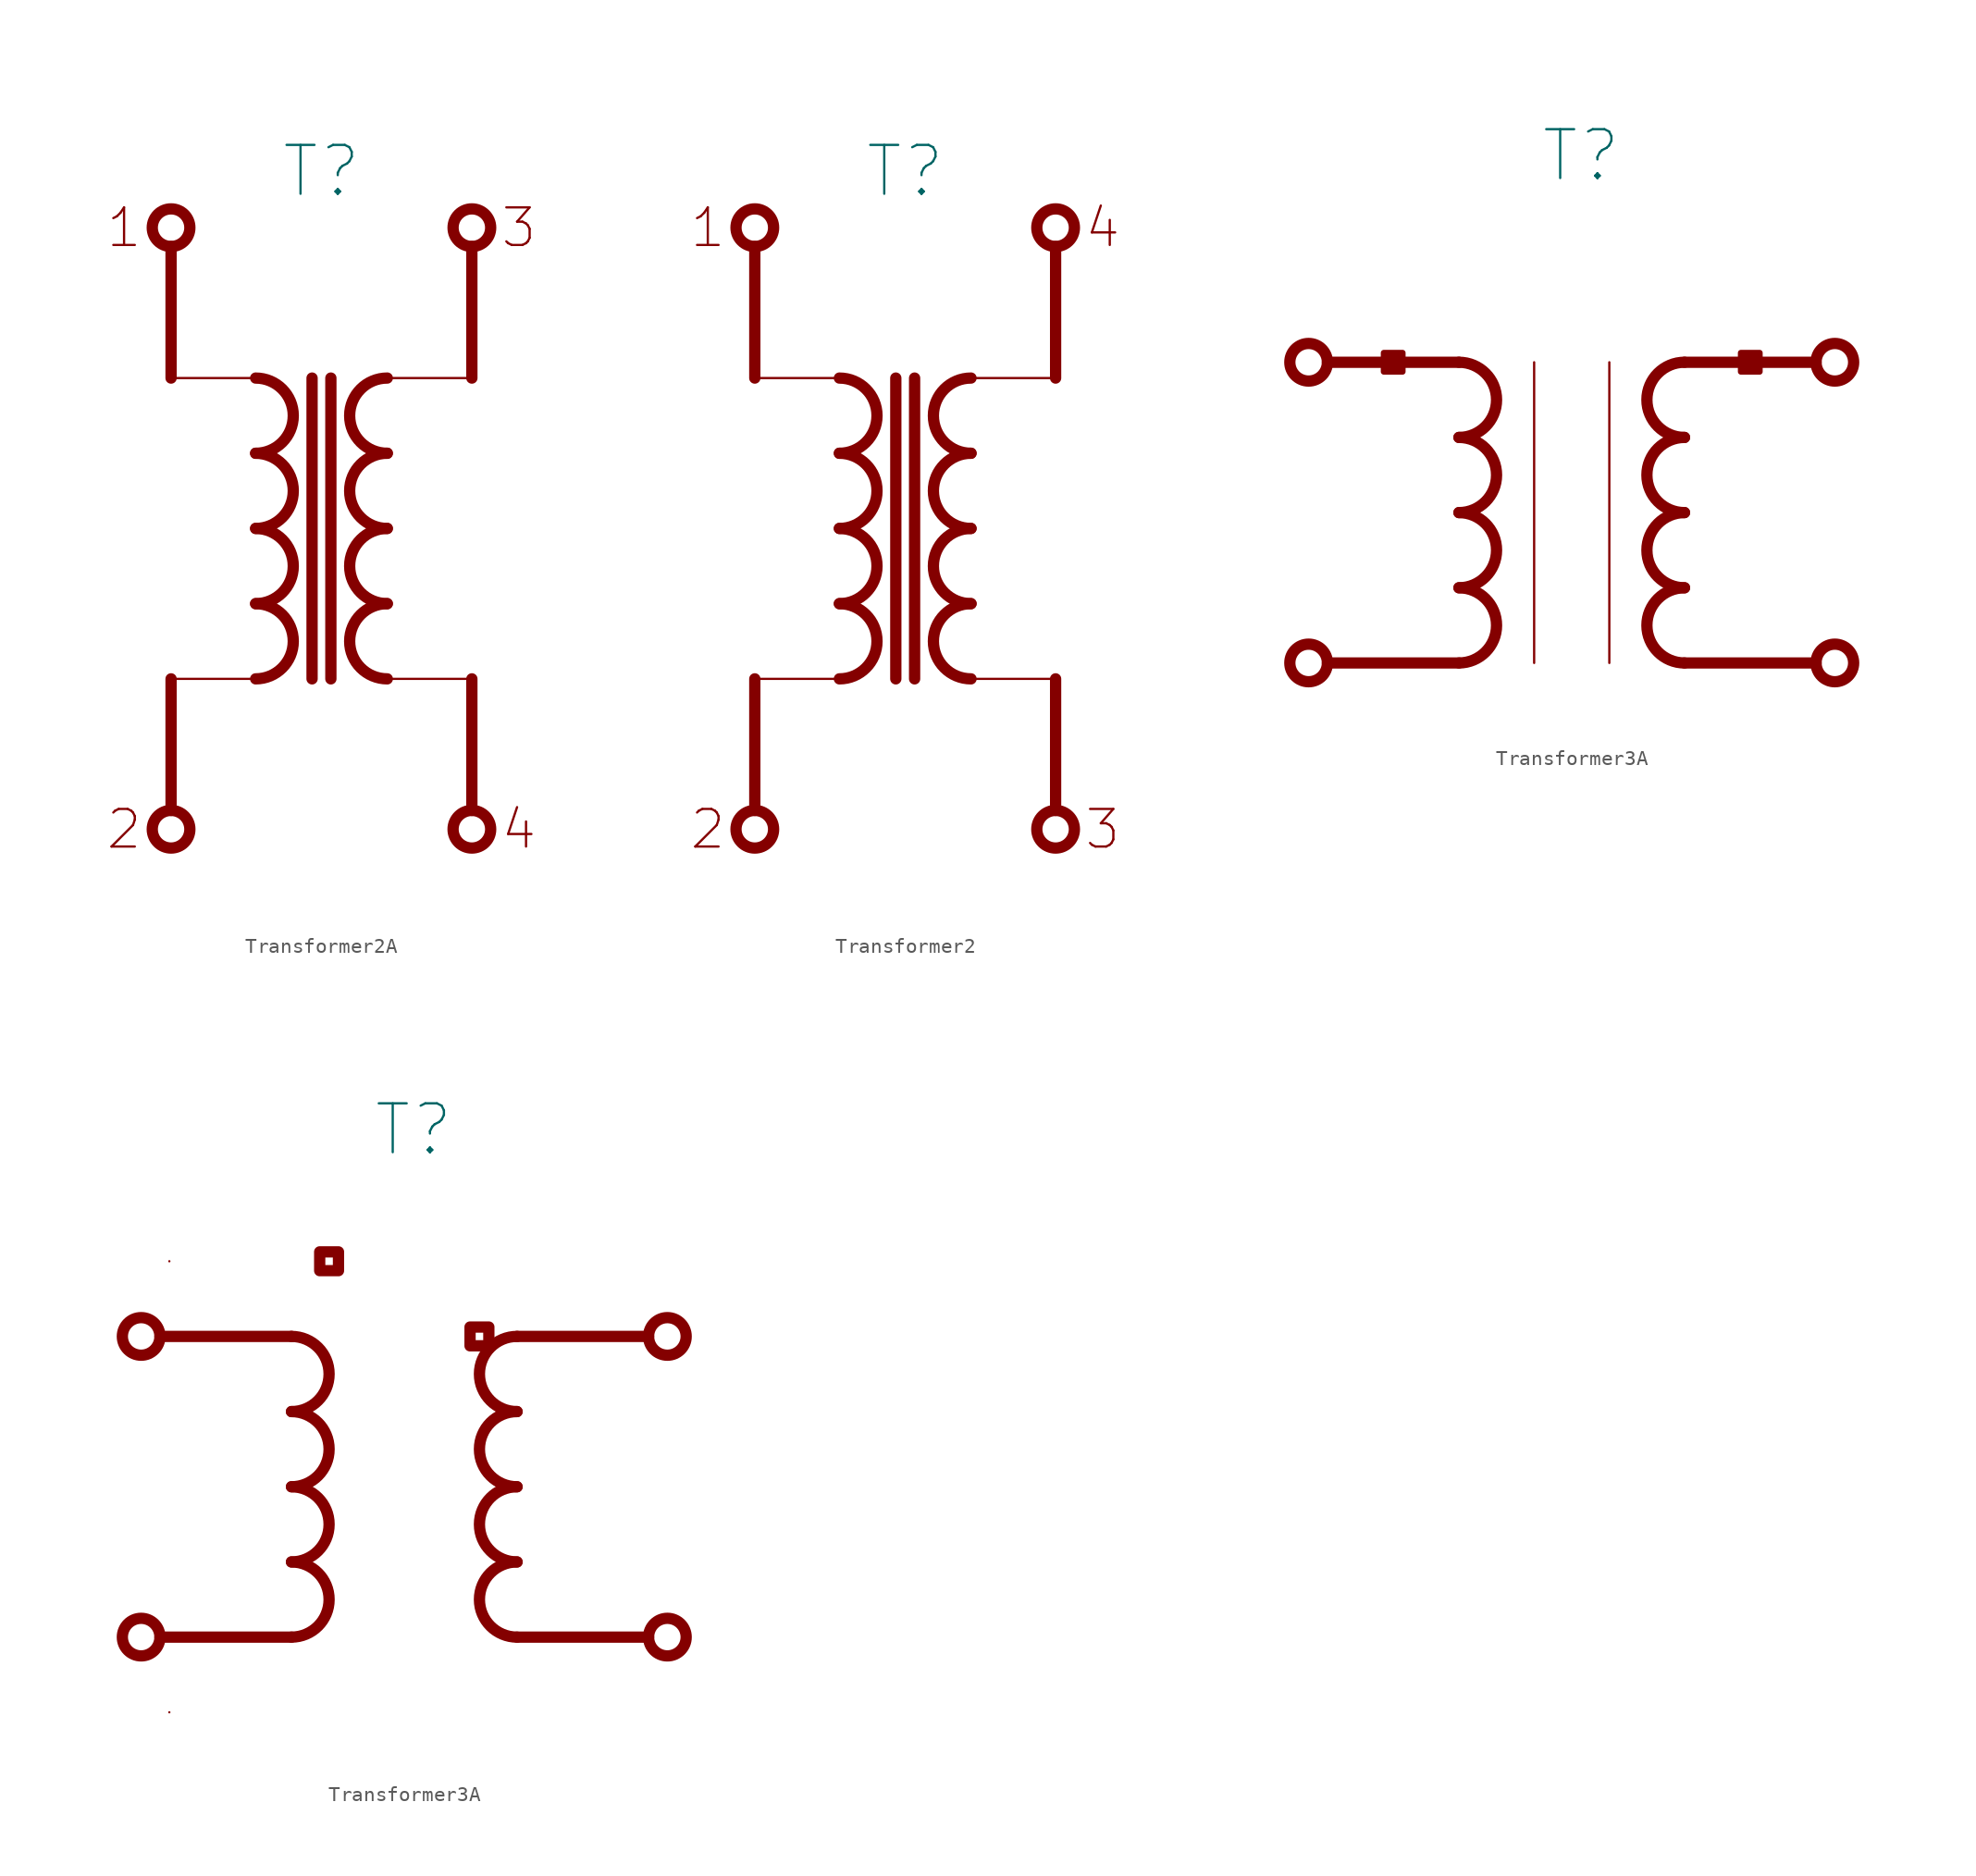
<source format=kicad_sym>
(kicad_symbol_lib
  (version 20211014)
  (generator kicad_symbol_editor)
  (symbol "Transformer2A"
    (pin_numbers hide)
    (pin_names
      (offset 0) hide)
    (property "Reference" "T"
      (at 0 24.13 0)
      (effects (font (size 3.302 3.302))))
    (symbol "Transformer2A_0_0"
      (circle (center -10.16 -20.32) (radius 1.27) (stroke (width 0.762) (type default) (color 0 0 0 0)) (fill (type none)))
      (circle (center -10.16 20.32) (radius 1.27) (stroke (width 0.762) (type default) (color 0 0 0 0)) (fill (type none)))
      (polyline (pts (xy -10.16 -10.16) (xy -10.16 -19.05)) (stroke (width 0.762) (type default) (color 0 0 0 0)) (fill (type none)))
      (polyline (pts (xy -10.16 19.05) (xy -10.16 10.16)) (stroke (width 0.762) (type default) (color 0 0 0 0)) (fill (type none)))
      (polyline (pts (xy 0.635 10.16) (xy 0.635 -10.16)) (stroke (width 0.762) (type default) (color 0 0 0 0)) (fill (type none)))
      (polyline (pts (xy 10.16 -10.16) (xy 10.16 -19.05)) (stroke (width 0.762) (type default) (color 0 0 0 0)) (fill (type none)))
      (polyline (pts (xy 10.16 10.16) (xy 10.16 19.05)) (stroke (width 0.762) (type default) (color 0 0 0 0)) (fill (type none)))
      (arc (start 4.445 -5.08) (mid 1.905 -7.62) (end 4.445 -10.16) (stroke (width 0.762) (type default) (color 0 0 0 0)) (fill (type none)))
      (arc (start 4.445 0) (mid 1.905 -2.54) (end 4.445 -5.08) (stroke (width 0.762) (type default) (color 0 0 0 0)) (fill (type none)))
      (arc (start 4.445 5.08) (mid 1.905 2.54) (end 4.445 0) (stroke (width 0.762) (type default) (color 0 0 0 0)) (fill (type none)))
      (arc (start 4.445 10.16) (mid 1.905 7.62) (end 4.445 5.08) (stroke (width 0.762) (type default) (color 0 0 0 0)) (fill (type none)))
      (circle (center 10.16 -20.32) (radius 1.27) (stroke (width 0.762) (type default) (color 0 0 0 0)) (fill (type none)))
      (circle (center 10.16 20.32) (radius 1.27) (stroke (width 0.762) (type default) (color 0 0 0 0)) (fill (type none)))
      (text "1" (at -13.335 20.32 0) (effects (font (size 2.54 2.54))))
      (text "2" (at -13.335 -20.32 0) (effects (font (size 2.54 2.54))))
      (text "3" (at 13.335 20.32 0) (effects (font (size 2.54 2.54))))
      (text "4" (at 13.335 -20.32 0) (effects (font (size 2.54 2.54)))))
    (symbol "Transformer2A_0_1"
      (polyline (pts (xy -4.445 -10.16) (xy -10.16 -10.16)) (stroke (width 0) (type default) (color 0 0 0 0)) (fill (type none)))
      (polyline (pts (xy -4.445 10.16) (xy -10.16 10.16)) (stroke (width 0) (type default) (color 0 0 0 0)) (fill (type none)))
      (polyline (pts (xy 4.445 -10.16) (xy 10.16 -10.16)) (stroke (width 0) (type default) (color 0 0 0 0)) (fill (type none)))
      (polyline (pts (xy 4.445 10.16) (xy 10.16 10.16)) (stroke (width 0) (type default) (color 0 0 0 0)) (fill (type none))))
    (symbol "Transformer2A_1_0"
      (arc (start -4.445 -10.16) (mid -1.905 -7.62) (end -4.445 -5.08) (stroke (width 0.762) (type default) (color 0 0 0 0)) (fill (type none)))
      (arc (start -4.445 -5.08) (mid -1.905 -2.54) (end -4.445 0) (stroke (width 0.762) (type default) (color 0 0 0 0)) (fill (type none)))
      (arc (start -4.445 0) (mid -1.905 2.54) (end -4.445 5.08) (stroke (width 0.762) (type default) (color 0 0 0 0)) (fill (type none)))
      (arc (start -4.445 5.08) (mid -1.905 7.62) (end -4.445 10.16) (stroke (width 0.762) (type default) (color 0 0 0 0)) (fill (type none)))
      (polyline (pts (xy -0.635 -10.16) (xy -0.635 10.16)) (stroke (width 0.762) (type default) (color 0 0 0 0)) (fill (type none)))
      (pin passive line (at 10.16 21.59 270) (length 0) (name "3" (effects (font (size 3.556 3.556)))) (number "3" (effects (font (size 3.556 3.556))))))
    (symbol "Transformer2A_1_1"
      (pin passive line (at -10.16 21.59 270) (length 0) (name "1" (effects (font (size 1.27 1.27)))) (number "1" (effects (font (size 1.27 1.27)))))
      (pin passive line (at -10.16 -21.59 90) (length 0) (name "2" (effects (font (size 3.556 3.556)))) (number "2" (effects (font (size 3.556 3.556)))))
      (pin passive line (at 10.16 -21.59 90) (length 0) (name "4" (effects (font (size 1.27 1.27)))) (number "4" (effects (font (size 1.27 1.27)))))))
  (symbol "Transformer2"
    (pin_numbers hide)
    (pin_names
      (offset 0) hide)
    (property "Reference" "T"
      (at 0 24.13 0)
      (effects (font (size 3.302 3.302))))
    (symbol "Transformer2_0_0"
      (circle (center -10.16 -20.32) (radius 1.27) (stroke (width 0.762) (type default) (color 0 0 0 0)) (fill (type none)))
      (circle (center -10.16 20.32) (radius 1.27) (stroke (width 0.762) (type default) (color 0 0 0 0)) (fill (type none)))
      (polyline (pts (xy -10.16 -10.16) (xy -10.16 -19.05)) (stroke (width 0.762) (type default) (color 0 0 0 0)) (fill (type none)))
      (polyline (pts (xy -10.16 19.05) (xy -10.16 10.16)) (stroke (width 0.762) (type default) (color 0 0 0 0)) (fill (type none)))
      (polyline (pts (xy 0.635 10.16) (xy 0.635 -10.16)) (stroke (width 0.762) (type default) (color 0 0 0 0)) (fill (type none)))
      (polyline (pts (xy 10.16 -10.16) (xy 10.16 -19.05)) (stroke (width 0.762) (type default) (color 0 0 0 0)) (fill (type none)))
      (polyline (pts (xy 10.16 10.16) (xy 10.16 19.05)) (stroke (width 0.762) (type default) (color 0 0 0 0)) (fill (type none)))
      (arc (start 4.445 -5.08) (mid 1.905 -7.62) (end 4.445 -10.16) (stroke (width 0.762) (type default) (color 0 0 0 0)) (fill (type none)))
      (arc (start 4.445 0) (mid 1.905 -2.54) (end 4.445 -5.08) (stroke (width 0.762) (type default) (color 0 0 0 0)) (fill (type none)))
      (arc (start 4.445 5.08) (mid 1.905 2.54) (end 4.445 0) (stroke (width 0.762) (type default) (color 0 0 0 0)) (fill (type none)))
      (arc (start 4.445 10.16) (mid 1.905 7.62) (end 4.445 5.08) (stroke (width 0.762) (type default) (color 0 0 0 0)) (fill (type none)))
      (circle (center 10.16 -20.32) (radius 1.27) (stroke (width 0.762) (type default) (color 0 0 0 0)) (fill (type none)))
      (circle (center 10.16 20.32) (radius 1.27) (stroke (width 0.762) (type default) (color 0 0 0 0)) (fill (type none)))
      (text "1" (at -13.335 20.32 0) (effects (font (size 2.54 2.54))))
      (text "2" (at -13.335 -20.32 0) (effects (font (size 2.54 2.54))))
      (text "3" (at 13.335 -20.32 0) (effects (font (size 2.54 2.54))))
      (text "4" (at 13.335 20.32 0) (effects (font (size 2.54 2.54)))))
    (symbol "Transformer2_0_1"
      (polyline (pts (xy -4.445 -10.16) (xy -10.16 -10.16)) (stroke (width 0) (type default) (color 0 0 0 0)) (fill (type none)))
      (polyline (pts (xy -4.445 10.16) (xy -10.16 10.16)) (stroke (width 0) (type default) (color 0 0 0 0)) (fill (type none)))
      (polyline (pts (xy 4.445 -10.16) (xy 10.16 -10.16)) (stroke (width 0) (type default) (color 0 0 0 0)) (fill (type none)))
      (polyline (pts (xy 4.445 10.16) (xy 10.16 10.16)) (stroke (width 0) (type default) (color 0 0 0 0)) (fill (type none))))
    (symbol "Transformer2_1_0"
      (arc (start -4.445 -10.16) (mid -1.905 -7.62) (end -4.445 -5.08) (stroke (width 0.762) (type default) (color 0 0 0 0)) (fill (type none)))
      (arc (start -4.445 -5.08) (mid -1.905 -2.54) (end -4.445 0) (stroke (width 0.762) (type default) (color 0 0 0 0)) (fill (type none)))
      (arc (start -4.445 0) (mid -1.905 2.54) (end -4.445 5.08) (stroke (width 0.762) (type default) (color 0 0 0 0)) (fill (type none)))
      (arc (start -4.445 5.08) (mid -1.905 7.62) (end -4.445 10.16) (stroke (width 0.762) (type default) (color 0 0 0 0)) (fill (type none)))
      (polyline (pts (xy -0.635 -10.16) (xy -0.635 10.16)) (stroke (width 0.762) (type default) (color 0 0 0 0)) (fill (type none)))
      (pin passive line (at 10.16 -21.59 90) (length 0) (name "3" (effects (font (size 3.556 3.556)))) (number "3" (effects (font (size 3.556 3.556))))))
    (symbol "Transformer2_1_1"
      (pin passive line (at -10.16 21.59 270) (length 0) (name "1" (effects (font (size 1.27 1.27)))) (number "1" (effects (font (size 1.27 1.27)))))
      (pin passive line (at -10.16 -21.59 90) (length 0) (name "2" (effects (font (size 3.556 3.556)))) (number "2" (effects (font (size 3.556 3.556)))))
      (pin passive line (at 10.16 21.59 270) (length 0) (name "4" (effects (font (size 1.27 1.27)))) (number "4" (effects (font (size 1.27 1.27)))))))
  (symbol "Transformer3A"
    (pin_numbers hide)
    (pin_names
      (offset 0) hide)
    (property "Reference" "T"
      (at 0.635 24.13 0)
      (effects (font (size 3.302 3.302))))
    (symbol "Transformer3A_0_0"
      (circle (center -17.78 -10.16) (radius 1.27) (stroke (width 0.762) (type default) (color 0 0 0 0)) (fill (type none)))
      (circle (center -17.78 10.16) (radius 1.27) (stroke (width 0.762) (type default) (color 0 0 0 0)) (fill (type none)))
      (arc (start -7.62 -10.16) (mid -5.08 -7.62) (end -7.62 -5.08) (stroke (width 0.762) (type default) (color 0 0 0 0)) (fill (type none)))
      (arc (start -7.62 -5.08) (mid -5.08 -2.54) (end -7.62 0) (stroke (width 0.762) (type default) (color 0 0 0 0)) (fill (type none)))
      (arc (start -7.62 0) (mid -5.08 2.54) (end -7.62 5.08) (stroke (width 0.762) (type default) (color 0 0 0 0)) (fill (type none)))
      (arc (start -7.62 5.08) (mid -5.08 7.62) (end -7.62 10.16) (stroke (width 0.762) (type default) (color 0 0 0 0)) (fill (type none)))
      (polyline (pts (xy -7.62 -10.16) (xy -16.51 -10.16)) (stroke (width 0.762) (type default) (color 0 0 0 0)) (fill (type none)))
      (polyline (pts (xy -7.62 10.16) (xy -16.51 10.16)) (stroke (width 0.762) (type default) (color 0 0 0 0)) (fill (type none)))
      (polyline (pts (xy 7.62 -10.16) (xy 16.51 -10.16)) (stroke (width 0.762) (type default) (color 0 0 0 0)) (fill (type none)))
      (polyline (pts (xy 16.51 10.16) (xy 7.62 10.16)) (stroke (width 0.762) (type default) (color 0 0 0 0)) (fill (type none)))
      (circle (center 17.78 -10.16) (radius 1.27) (stroke (width 0.762) (type default) (color 0 0 0 0)) (fill (type none)))
      (circle (center 17.78 10.16) (radius 1.27) (stroke (width 0.762) (type default) (color 0 0 0 0)) (fill (type none))))
    (symbol "Transformer3A_0_1"
      (rectangle (start -11.43 10.795) (end -12.7 9.525) (stroke (width 0.406) (type default) (color 0 0 0 0)) (fill (type outline)))
      (polyline (pts (xy -2.54 10.16) (xy -2.54 -10.16)) (stroke (width 0) (type default) (color 0 0 0 0)) (fill (type none)))
      (polyline (pts (xy 2.54 10.16) (xy 2.54 -10.16)) (stroke (width 0) (type default) (color 0 0 0 0)) (fill (type none))))
    (symbol "Transformer3A_0_2"
      (polyline (pts (xy -4.445 15.875) (xy -4.445 14.605) (xy -5.715 14.605) (xy -5.715 15.875) (xy -4.445 15.875)) (stroke (width 0.762) (type default) (color 0 0 0 0)) (fill (type none)))
      (polyline (pts (xy 4.445 10.795) (xy 4.445 9.525) (xy 5.715 9.525) (xy 5.715 10.795) (xy 4.445 10.795)) (stroke (width 0.762) (type default) (color 0 0 0 0)) (fill (type none))))
    (symbol "Transformer3A_1_0"
      (arc (start 7.62 -5.08) (mid 5.08 -7.62) (end 7.62 -10.16) (stroke (width 0.762) (type default) (color 0 0 0 0)) (fill (type none)))
      (arc (start 7.62 0) (mid 5.08 -2.54) (end 7.62 -5.08) (stroke (width 0.762) (type default) (color 0 0 0 0)) (fill (type none)))
      (arc (start 7.62 5.08) (mid 5.08 2.54) (end 7.62 0) (stroke (width 0.762) (type default) (color 0 0 0 0)) (fill (type none)))
      (arc (start 7.62 10.16) (mid 5.08 7.62) (end 7.62 5.08) (stroke (width 0.762) (type default) (color 0 0 0 0)) (fill (type none)))
      (pin passive line (at -19.05 10.16 0) (length 0) (name "3" (effects (font (size 3.556 3.556)))) (number "3" (effects (font (size 3.556 3.556))))))
    (symbol "Transformer3A_1_1"
      (rectangle (start 11.43 9.525) (end 12.7 10.795) (stroke (width 0.406) (type default) (color 0 0 0 0)) (fill (type outline)))
      (pin passive line (at 19.05 10.16 180) (length 0) (name "1" (effects (font (size 1.27 1.27)))) (number "1" (effects (font (size 1.27 1.27)))))
      (pin passive line (at 19.05 -10.16 180) (length 0) (name "2" (effects (font (size 3.556 3.556)))) (number "2" (effects (font (size 3.556 3.556)))))
      (pin passive line (at -19.05 -10.16 0) (length 0) (name "4" (effects (font (size 1.27 1.27)))) (number "4" (effects (font (size 1.27 1.27))))))
    (symbol "Transformer3A_1_2"
      (pin passive line (at 15.875 10.16 180) (length 0) (name "1" (effects (font (size 1.27 1.27)))) (number "1" (effects (font (size 1.27 1.27)))))
      (pin passive line (at 15.875 -10.16 180) (length 0) (name "2" (effects (font (size 3.556 3.556)))) (number "2" (effects (font (size 3.556 3.556)))))
      (pin passive line (at -15.875 15.24 0) (length 0) (name "3" (effects (font (size 3.556 3.556)))) (number "3" (effects (font (size 3.556 3.556)))))
      (pin passive line (at -15.875 -15.24 0) (length 0) (name "4" (effects (font (size 1.27 1.27)))) (number "4" (effects (font (size 1.27 1.27))))))))
</source>
